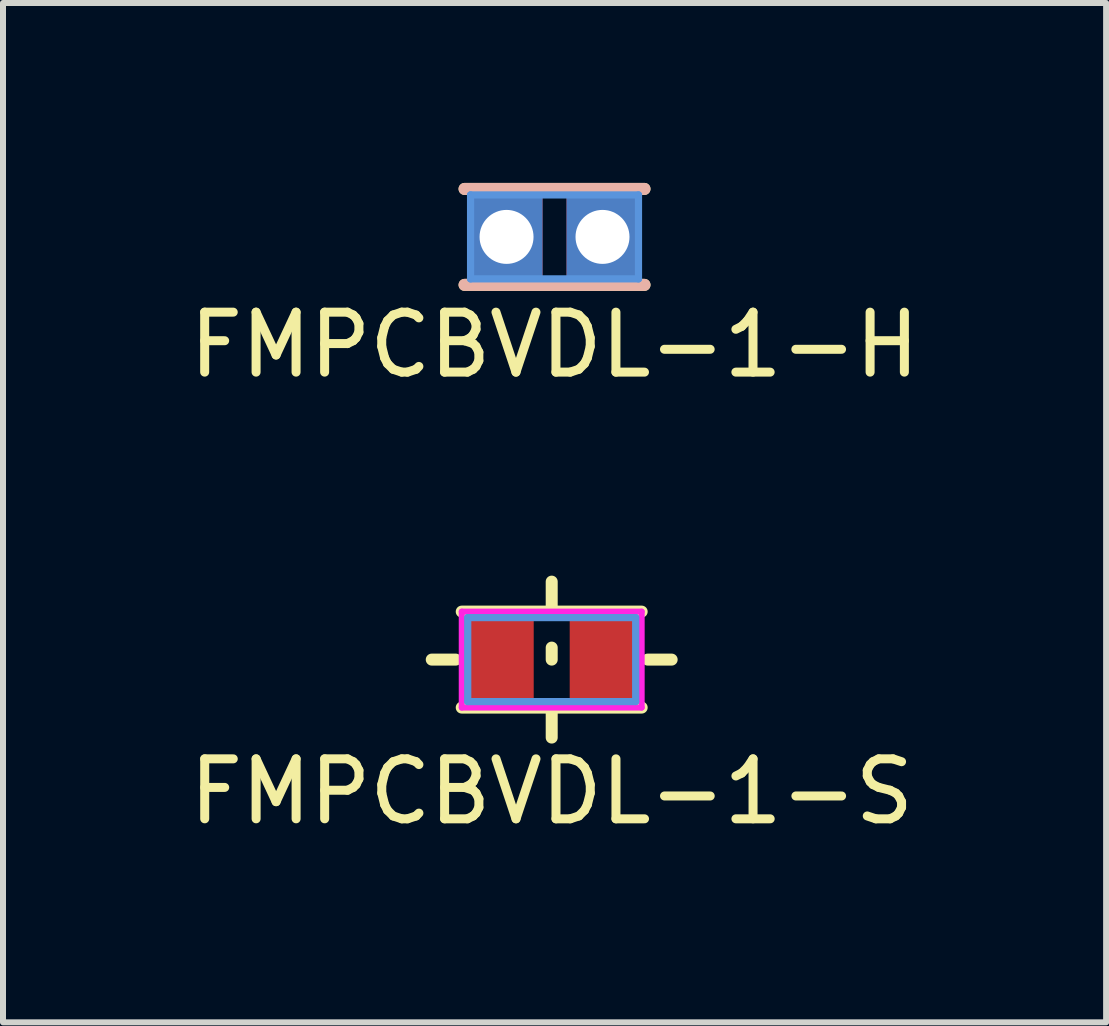
<source format=kicad_pcb>
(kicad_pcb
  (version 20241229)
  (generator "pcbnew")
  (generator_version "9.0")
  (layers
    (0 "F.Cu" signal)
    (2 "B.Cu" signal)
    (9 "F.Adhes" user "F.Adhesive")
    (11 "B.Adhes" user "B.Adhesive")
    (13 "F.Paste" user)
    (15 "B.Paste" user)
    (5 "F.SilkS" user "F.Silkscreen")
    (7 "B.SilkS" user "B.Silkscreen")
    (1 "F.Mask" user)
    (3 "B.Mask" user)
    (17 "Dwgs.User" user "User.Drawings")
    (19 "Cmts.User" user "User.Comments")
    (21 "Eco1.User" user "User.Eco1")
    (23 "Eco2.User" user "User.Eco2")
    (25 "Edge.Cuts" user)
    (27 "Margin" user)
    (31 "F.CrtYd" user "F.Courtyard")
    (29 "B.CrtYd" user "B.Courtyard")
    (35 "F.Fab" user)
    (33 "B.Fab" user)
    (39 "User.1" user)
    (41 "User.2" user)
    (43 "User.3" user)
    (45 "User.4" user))
  (footprint "FMPCBVDL-1-S"
    (layer "F.Cu")
    (at 6.149 7.948)
    (property "Reference" "FMPCBVDL-1-S" (at 0 2.2 0) (layer "F.SilkS") (effects (font (size 1 1) (thickness 0.15))))
    (attr smd)
    (fp_line (start -1.6 0) (end -2 0) (stroke (width 0.2) (type solid)) (layer "F.SilkS"))
    (fp_line (start -1.5 -0.8) (end 1.5 -0.8) (stroke (width 0.2) (type solid)) (layer "F.SilkS"))
    (fp_line (start -1.5 0.8) (end 1.5 0.8) (stroke (width 0.2) (type solid)) (layer "F.SilkS"))
    (fp_line (start 0 -0.8) (end 0 -1.3) (stroke (width 0.2) (type solid)) (layer "F.SilkS"))
    (fp_line (start 0 0) (end 0 -0.2) (stroke (width 0.2) (type solid)) (layer "F.SilkS"))
    (fp_line (start 0 0.8) (end 0 1.3) (stroke (width 0.2) (type solid)) (layer "F.SilkS"))
    (fp_line (start 1.6 0) (end 2 0) (stroke (width 0.2) (type solid)) (layer "F.SilkS"))
    (fp_line (start -1.4 -0.7) (end 1.4 -0.7) (stroke (width 0.12) (type solid)) (layer "Cmts.User"))
    (fp_line (start -1.4 0.7) (end -1.4 -0.7) (stroke (width 0.12) (type solid)) (layer "Cmts.User"))
    (fp_line (start 1.4 -0.7) (end 1.4 0.7) (stroke (width 0.12) (type solid)) (layer "Cmts.User"))
    (fp_line (start 1.4 0.7) (end -1.4 0.7) (stroke (width 0.12) (type solid)) (layer "Cmts.User"))
    (fp_line (start -1.5 -0.8) (end 1.5 -0.8) (stroke (width 0.1) (type solid)) (layer "F.CrtYd"))
    (fp_line (start -1.5 0.8) (end -1.5 -0.8) (stroke (width 0.1) (type solid)) (layer "F.CrtYd"))
    (fp_line (start 1.5 -0.8) (end 1.5 0.8) (stroke (width 0.1) (type solid)) (layer "F.CrtYd"))
    (fp_line (start 1.5 0.8) (end -1.5 0.8) (stroke (width 0.1) (type solid)) (layer "F.CrtYd"))
    (pad "1" smd rect (at -0.9 0) (size 1.2 1.4) (layers "F.Cu" "F.Mask" "F.Paste"))
    (pad "2" smd rect (at 0.9 0) (size 1.2 1.4) (layers "F.Cu" "F.Mask" "F.Paste")))
  (footprint "FMPCBVDL-1-H"
    (layer "F.Cu")
    (at 6.196 0.9)
    (property "Reference" "FMPCBVDL-1-H" (at 0 1.8 0) (layer "F.SilkS") (effects (font (size 1 1) (thickness 0.15))))
    (attr through_hole)
    (fp_line (start -1.5 -0.8) (end 1.5 -0.8) (stroke (width 0.2) (type solid)) (layer "F.SilkS"))
    (fp_line (start 1.5 0.8) (end -1.5 0.8) (stroke (width 0.2) (type solid)) (layer "F.SilkS"))
    (fp_line (start -1.5 -0.8) (end 1.5 -0.8) (stroke (width 0.2) (type solid)) (layer "B.SilkS"))
    (fp_line (start -1.5 0.8) (end 1.5 0.8) (stroke (width 0.2) (type solid)) (layer "B.SilkS"))
    (fp_line (start -1.4 -0.7) (end 1.4 -0.7) (stroke (width 0.12) (type solid)) (layer "Cmts.User"))
    (fp_line (start -1.4 0.7) (end -1.4 -0.7) (stroke (width 0.12) (type solid)) (layer "Cmts.User"))
    (fp_line (start 1.4 -0.7) (end 1.4 0.7) (stroke (width 0.12) (type solid)) (layer "Cmts.User"))
    (fp_line (start 1.4 0.7) (end -1.4 0.7) (stroke (width 0.12) (type solid)) (layer "Cmts.User"))
    (pad "1" thru_hole rect (at -0.8 0) (size 1.2 1.4) (drill 0.9) (layers "*.Cu" "*.Mask"))
    (pad "2" thru_hole rect (at 0.8 0) (size 1.2 1.4) (drill 0.9) (layers "*.Cu" "*.Mask")))
  (gr_rect
    (start -3 -3)
    (end 15.393 13.996)
    (stroke (width 0.1) (type default))
    (fill no)
    (layer "Edge.Cuts")))
</source>
